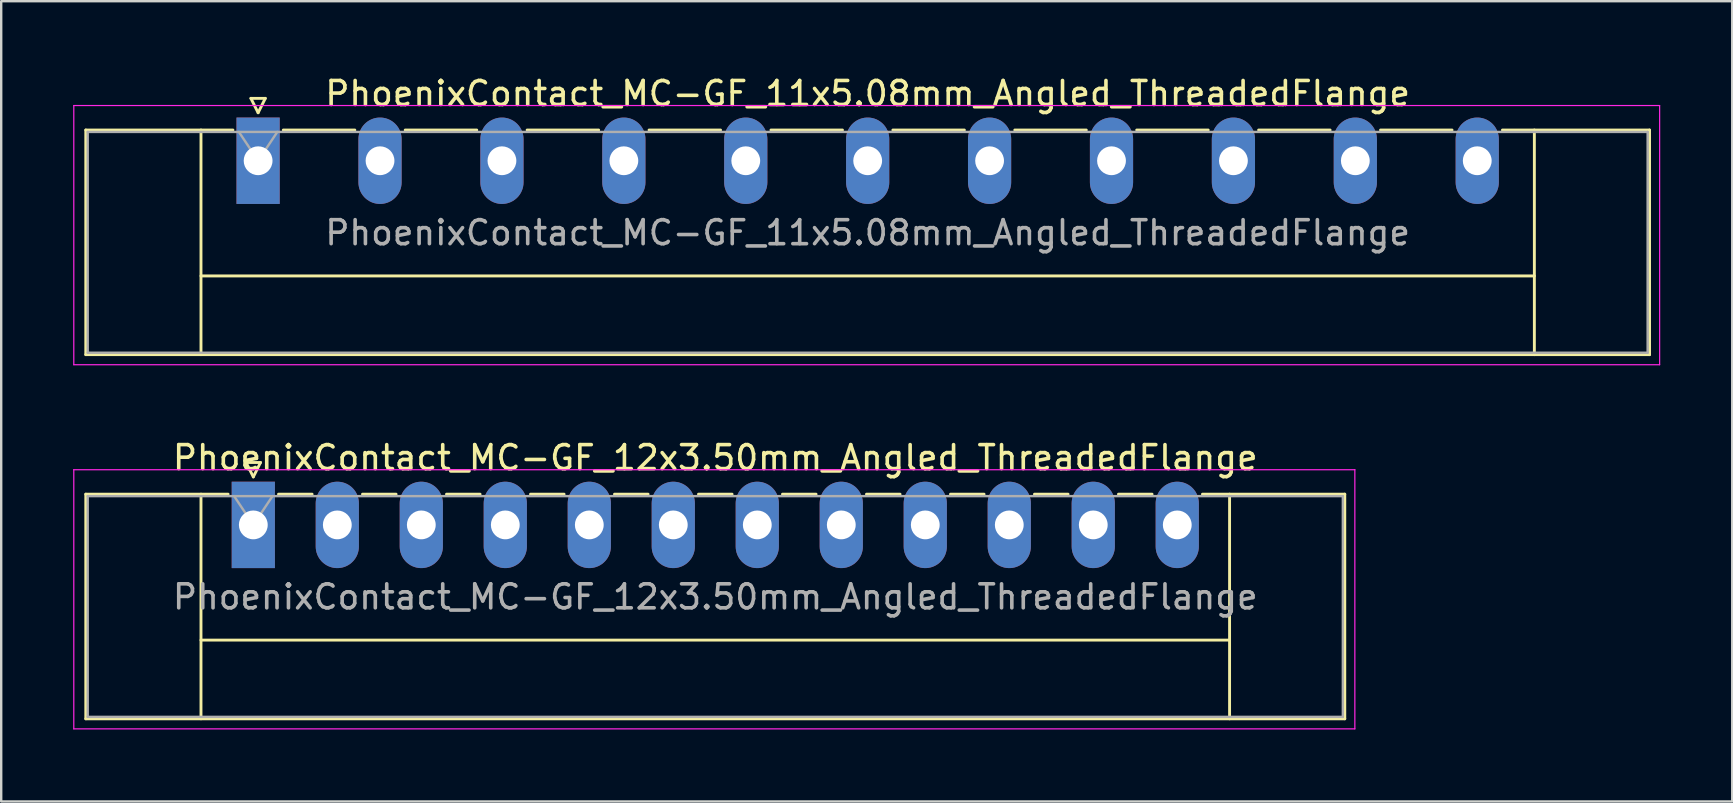
<source format=kicad_pcb>
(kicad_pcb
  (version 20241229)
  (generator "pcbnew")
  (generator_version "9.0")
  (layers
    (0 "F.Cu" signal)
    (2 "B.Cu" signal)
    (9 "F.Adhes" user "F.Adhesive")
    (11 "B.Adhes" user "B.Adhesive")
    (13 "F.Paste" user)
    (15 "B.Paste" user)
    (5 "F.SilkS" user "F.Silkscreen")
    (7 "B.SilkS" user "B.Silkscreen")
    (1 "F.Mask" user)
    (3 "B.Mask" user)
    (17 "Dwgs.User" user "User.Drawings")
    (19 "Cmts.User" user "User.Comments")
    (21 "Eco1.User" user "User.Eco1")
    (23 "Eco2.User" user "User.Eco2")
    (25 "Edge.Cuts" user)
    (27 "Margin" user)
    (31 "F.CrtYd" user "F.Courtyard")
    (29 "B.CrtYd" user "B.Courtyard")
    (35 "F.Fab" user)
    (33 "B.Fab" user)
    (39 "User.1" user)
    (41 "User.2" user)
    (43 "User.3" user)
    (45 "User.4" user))
  (footprint "PhoenixContact_MC-GF_12x3.50mm_Angled_ThreadedFlange"
    (layer "F.Cu")
    (at 7.505 18.822)
    (property "Reference" "PhoenixContact_MC-GF_12x3.50mm_Angled_ThreadedFlange" (at 19.25 -2.8 0) (layer "F.SilkS") (effects (font (size 1 1) (thickness 0.15))))
    (attr through_hole)
    (fp_line (start -6.98 -1.28) (end -6.98 8.08) (stroke (width 0.12) (type solid)) (layer "F.SilkS"))
    (fp_line (start -6.98 -1.28) (end -1.05 -1.28) (stroke (width 0.12) (type solid)) (layer "F.SilkS"))
    (fp_line (start -6.98 8.08) (end 45.48 8.08) (stroke (width 0.12) (type solid)) (layer "F.SilkS"))
    (fp_line (start -2.18 -1.28) (end -2.18 8.08) (stroke (width 0.12) (type solid)) (layer "F.SilkS"))
    (fp_line (start -2.18 4.8) (end 40.68 4.8) (stroke (width 0.12) (type solid)) (layer "F.SilkS"))
    (fp_line (start -0.3 -2.6) (end 0.3 -2.6) (stroke (width 0.12) (type solid)) (layer "F.SilkS"))
    (fp_line (start 0 -2) (end -0.3 -2.6) (stroke (width 0.12) (type solid)) (layer "F.SilkS"))
    (fp_line (start 0.3 -2.6) (end 0 -2) (stroke (width 0.12) (type solid)) (layer "F.SilkS"))
    (fp_line (start 1.05 -1.28) (end 2.45 -1.28) (stroke (width 0.12) (type solid)) (layer "F.SilkS"))
    (fp_line (start 4.55 -1.28) (end 5.95 -1.28) (stroke (width 0.12) (type solid)) (layer "F.SilkS"))
    (fp_line (start 8.05 -1.28) (end 9.45 -1.28) (stroke (width 0.12) (type solid)) (layer "F.SilkS"))
    (fp_line (start 11.55 -1.28) (end 12.95 -1.28) (stroke (width 0.12) (type solid)) (layer "F.SilkS"))
    (fp_line (start 15.05 -1.28) (end 16.45 -1.28) (stroke (width 0.12) (type solid)) (layer "F.SilkS"))
    (fp_line (start 18.55 -1.28) (end 19.95 -1.28) (stroke (width 0.12) (type solid)) (layer "F.SilkS"))
    (fp_line (start 22.05 -1.28) (end 23.45 -1.28) (stroke (width 0.12) (type solid)) (layer "F.SilkS"))
    (fp_line (start 25.55 -1.28) (end 26.95 -1.28) (stroke (width 0.12) (type solid)) (layer "F.SilkS"))
    (fp_line (start 29.05 -1.28) (end 30.45 -1.28) (stroke (width 0.12) (type solid)) (layer "F.SilkS"))
    (fp_line (start 32.55 -1.28) (end 33.95 -1.28) (stroke (width 0.12) (type solid)) (layer "F.SilkS"))
    (fp_line (start 36.05 -1.28) (end 37.45 -1.28) (stroke (width 0.12) (type solid)) (layer "F.SilkS"))
    (fp_line (start 40.68 -1.28) (end 40.68 8.08) (stroke (width 0.12) (type solid)) (layer "F.SilkS"))
    (fp_line (start 45.48 -1.28) (end 39.55 -1.28) (stroke (width 0.12) (type solid)) (layer "F.SilkS"))
    (fp_line (start 45.48 8.08) (end 45.48 -1.28) (stroke (width 0.12) (type solid)) (layer "F.SilkS"))
    (fp_line (start -7.48 -2.3) (end -7.48 8.5) (stroke (width 0.05) (type solid)) (layer "F.CrtYd"))
    (fp_line (start -7.48 8.5) (end 45.9 8.5) (stroke (width 0.05) (type solid)) (layer "F.CrtYd"))
    (fp_line (start 45.9 -2.3) (end -7.48 -2.3) (stroke (width 0.05) (type solid)) (layer "F.CrtYd"))
    (fp_line (start 45.9 8.5) (end 45.9 -2.3) (stroke (width 0.05) (type solid)) (layer "F.CrtYd"))
    (fp_line (start -6.9 -1.2) (end -6.9 8) (stroke (width 0.1) (type solid)) (layer "F.Fab"))
    (fp_line (start -6.9 8) (end 45.4 8) (stroke (width 0.1) (type solid)) (layer "F.Fab"))
    (fp_line (start 0 0) (end -0.8 -1.2) (stroke (width 0.1) (type solid)) (layer "F.Fab"))
    (fp_line (start 0.8 -1.2) (end 0 0) (stroke (width 0.1) (type solid)) (layer "F.Fab"))
    (fp_line (start 45.4 -1.2) (end -6.9 -1.2) (stroke (width 0.1) (type solid)) (layer "F.Fab"))
    (fp_line (start 45.4 8) (end 45.4 -1.2) (stroke (width 0.1) (type solid)) (layer "F.Fab"))
    (fp_text user "${REFERENCE}" (at 19.25 3 0) (layer "F.Fab") (effects (font (size 1 1) (thickness 0.15))))
    (pad "1" thru_hole rect (at 0 0) (size 1.8 3.6) (drill 1.2) (layers "*.Cu" "*.Mask"))
    (pad "2" thru_hole oval (at 3.5 0) (size 1.8 3.6) (drill 1.2) (layers "*.Cu" "*.Mask"))
    (pad "3" thru_hole oval (at 7 0) (size 1.8 3.6) (drill 1.2) (layers "*.Cu" "*.Mask"))
    (pad "4" thru_hole oval (at 10.5 0) (size 1.8 3.6) (drill 1.2) (layers "*.Cu" "*.Mask"))
    (pad "5" thru_hole oval (at 14 0) (size 1.8 3.6) (drill 1.2) (layers "*.Cu" "*.Mask"))
    (pad "6" thru_hole oval (at 17.5 0) (size 1.8 3.6) (drill 1.2) (layers "*.Cu" "*.Mask"))
    (pad "7" thru_hole oval (at 21 0) (size 1.8 3.6) (drill 1.2) (layers "*.Cu" "*.Mask"))
    (pad "8" thru_hole oval (at 24.5 0) (size 1.8 3.6) (drill 1.2) (layers "*.Cu" "*.Mask"))
    (pad "9" thru_hole oval (at 28 0) (size 1.8 3.6) (drill 1.2) (layers "*.Cu" "*.Mask"))
    (pad "10" thru_hole oval (at 31.5 0) (size 1.8 3.6) (drill 1.2) (layers "*.Cu" "*.Mask"))
    (pad "11" thru_hole oval (at 35 0) (size 1.8 3.6) (drill 1.2) (layers "*.Cu" "*.Mask"))
    (pad "12" thru_hole oval (at 38.5 0) (size 1.8 3.6) (drill 1.2) (layers "*.Cu" "*.Mask")))
  (footprint "PhoenixContact_MC-GF_11x5.08mm_Angled_ThreadedFlange"
    (layer "F.Cu")
    (at 7.705 3.648)
    (property "Reference" "PhoenixContact_MC-GF_11x5.08mm_Angled_ThreadedFlange" (at 25.4 -2.8 0) (layer "F.SilkS") (effects (font (size 1 1) (thickness 0.15))))
    (attr through_hole)
    (fp_line (start -7.18 -1.28) (end -7.18 8.08) (stroke (width 0.12) (type solid)) (layer "F.SilkS"))
    (fp_line (start -7.18 -1.28) (end -1.05 -1.28) (stroke (width 0.12) (type solid)) (layer "F.SilkS"))
    (fp_line (start -7.18 8.08) (end 57.98 8.08) (stroke (width 0.12) (type solid)) (layer "F.SilkS"))
    (fp_line (start -2.38 -1.28) (end -2.38 8.08) (stroke (width 0.12) (type solid)) (layer "F.SilkS"))
    (fp_line (start -2.38 4.8) (end 53.18 4.8) (stroke (width 0.12) (type solid)) (layer "F.SilkS"))
    (fp_line (start -0.3 -2.6) (end 0.3 -2.6) (stroke (width 0.12) (type solid)) (layer "F.SilkS"))
    (fp_line (start 0 -2) (end -0.3 -2.6) (stroke (width 0.12) (type solid)) (layer "F.SilkS"))
    (fp_line (start 0.3 -2.6) (end 0 -2) (stroke (width 0.12) (type solid)) (layer "F.SilkS"))
    (fp_line (start 1.05 -1.28) (end 4.03 -1.28) (stroke (width 0.12) (type solid)) (layer "F.SilkS"))
    (fp_line (start 6.13 -1.28) (end 9.11 -1.28) (stroke (width 0.12) (type solid)) (layer "F.SilkS"))
    (fp_line (start 11.21 -1.28) (end 14.19 -1.28) (stroke (width 0.12) (type solid)) (layer "F.SilkS"))
    (fp_line (start 16.29 -1.28) (end 19.27 -1.28) (stroke (width 0.12) (type solid)) (layer "F.SilkS"))
    (fp_line (start 21.37 -1.28) (end 24.35 -1.28) (stroke (width 0.12) (type solid)) (layer "F.SilkS"))
    (fp_line (start 26.45 -1.28) (end 29.43 -1.28) (stroke (width 0.12) (type solid)) (layer "F.SilkS"))
    (fp_line (start 31.53 -1.28) (end 34.51 -1.28) (stroke (width 0.12) (type solid)) (layer "F.SilkS"))
    (fp_line (start 36.61 -1.28) (end 39.59 -1.28) (stroke (width 0.12) (type solid)) (layer "F.SilkS"))
    (fp_line (start 41.69 -1.28) (end 44.67 -1.28) (stroke (width 0.12) (type solid)) (layer "F.SilkS"))
    (fp_line (start 46.77 -1.28) (end 49.75 -1.28) (stroke (width 0.12) (type solid)) (layer "F.SilkS"))
    (fp_line (start 53.18 -1.28) (end 53.18 8.08) (stroke (width 0.12) (type solid)) (layer "F.SilkS"))
    (fp_line (start 57.98 -1.28) (end 51.85 -1.28) (stroke (width 0.12) (type solid)) (layer "F.SilkS"))
    (fp_line (start 57.98 8.08) (end 57.98 -1.28) (stroke (width 0.12) (type solid)) (layer "F.SilkS"))
    (fp_line (start -7.68 -2.3) (end -7.68 8.5) (stroke (width 0.05) (type solid)) (layer "F.CrtYd"))
    (fp_line (start -7.68 8.5) (end 58.4 8.5) (stroke (width 0.05) (type solid)) (layer "F.CrtYd"))
    (fp_line (start 58.4 -2.3) (end -7.68 -2.3) (stroke (width 0.05) (type solid)) (layer "F.CrtYd"))
    (fp_line (start 58.4 8.5) (end 58.4 -2.3) (stroke (width 0.05) (type solid)) (layer "F.CrtYd"))
    (fp_line (start -7.1 -1.2) (end -7.1 8) (stroke (width 0.1) (type solid)) (layer "F.Fab"))
    (fp_line (start -7.1 8) (end 57.9 8) (stroke (width 0.1) (type solid)) (layer "F.Fab"))
    (fp_line (start 0 0) (end -0.8 -1.2) (stroke (width 0.1) (type solid)) (layer "F.Fab"))
    (fp_line (start 0.8 -1.2) (end 0 0) (stroke (width 0.1) (type solid)) (layer "F.Fab"))
    (fp_line (start 57.9 -1.2) (end -7.1 -1.2) (stroke (width 0.1) (type solid)) (layer "F.Fab"))
    (fp_line (start 57.9 8) (end 57.9 -1.2) (stroke (width 0.1) (type solid)) (layer "F.Fab"))
    (fp_text user "${REFERENCE}" (at 25.4 3 0) (layer "F.Fab") (effects (font (size 1 1) (thickness 0.15))))
    (pad "1" thru_hole rect (at 0 0) (size 1.8 3.6) (drill 1.2) (layers "*.Cu" "*.Mask"))
    (pad "2" thru_hole oval (at 5.08 0) (size 1.8 3.6) (drill 1.2) (layers "*.Cu" "*.Mask"))
    (pad "3" thru_hole oval (at 10.16 0) (size 1.8 3.6) (drill 1.2) (layers "*.Cu" "*.Mask"))
    (pad "4" thru_hole oval (at 15.24 0) (size 1.8 3.6) (drill 1.2) (layers "*.Cu" "*.Mask"))
    (pad "5" thru_hole oval (at 20.32 0) (size 1.8 3.6) (drill 1.2) (layers "*.Cu" "*.Mask"))
    (pad "6" thru_hole oval (at 25.4 0) (size 1.8 3.6) (drill 1.2) (layers "*.Cu" "*.Mask"))
    (pad "7" thru_hole oval (at 30.48 0) (size 1.8 3.6) (drill 1.2) (layers "*.Cu" "*.Mask"))
    (pad "8" thru_hole oval (at 35.56 0) (size 1.8 3.6) (drill 1.2) (layers "*.Cu" "*.Mask"))
    (pad "9" thru_hole oval (at 40.64 0) (size 1.8 3.6) (drill 1.2) (layers "*.Cu" "*.Mask"))
    (pad "10" thru_hole oval (at 45.72 0) (size 1.8 3.6) (drill 1.2) (layers "*.Cu" "*.Mask"))
    (pad "11" thru_hole oval (at 50.8 0) (size 1.8 3.6) (drill 1.2) (layers "*.Cu" "*.Mask")))
  (gr_rect
    (start -3 -3)
    (end 69.13 30.346)
    (stroke (width 0.1) (type default))
    (fill no)
    (layer "Edge.Cuts")))
</source>
